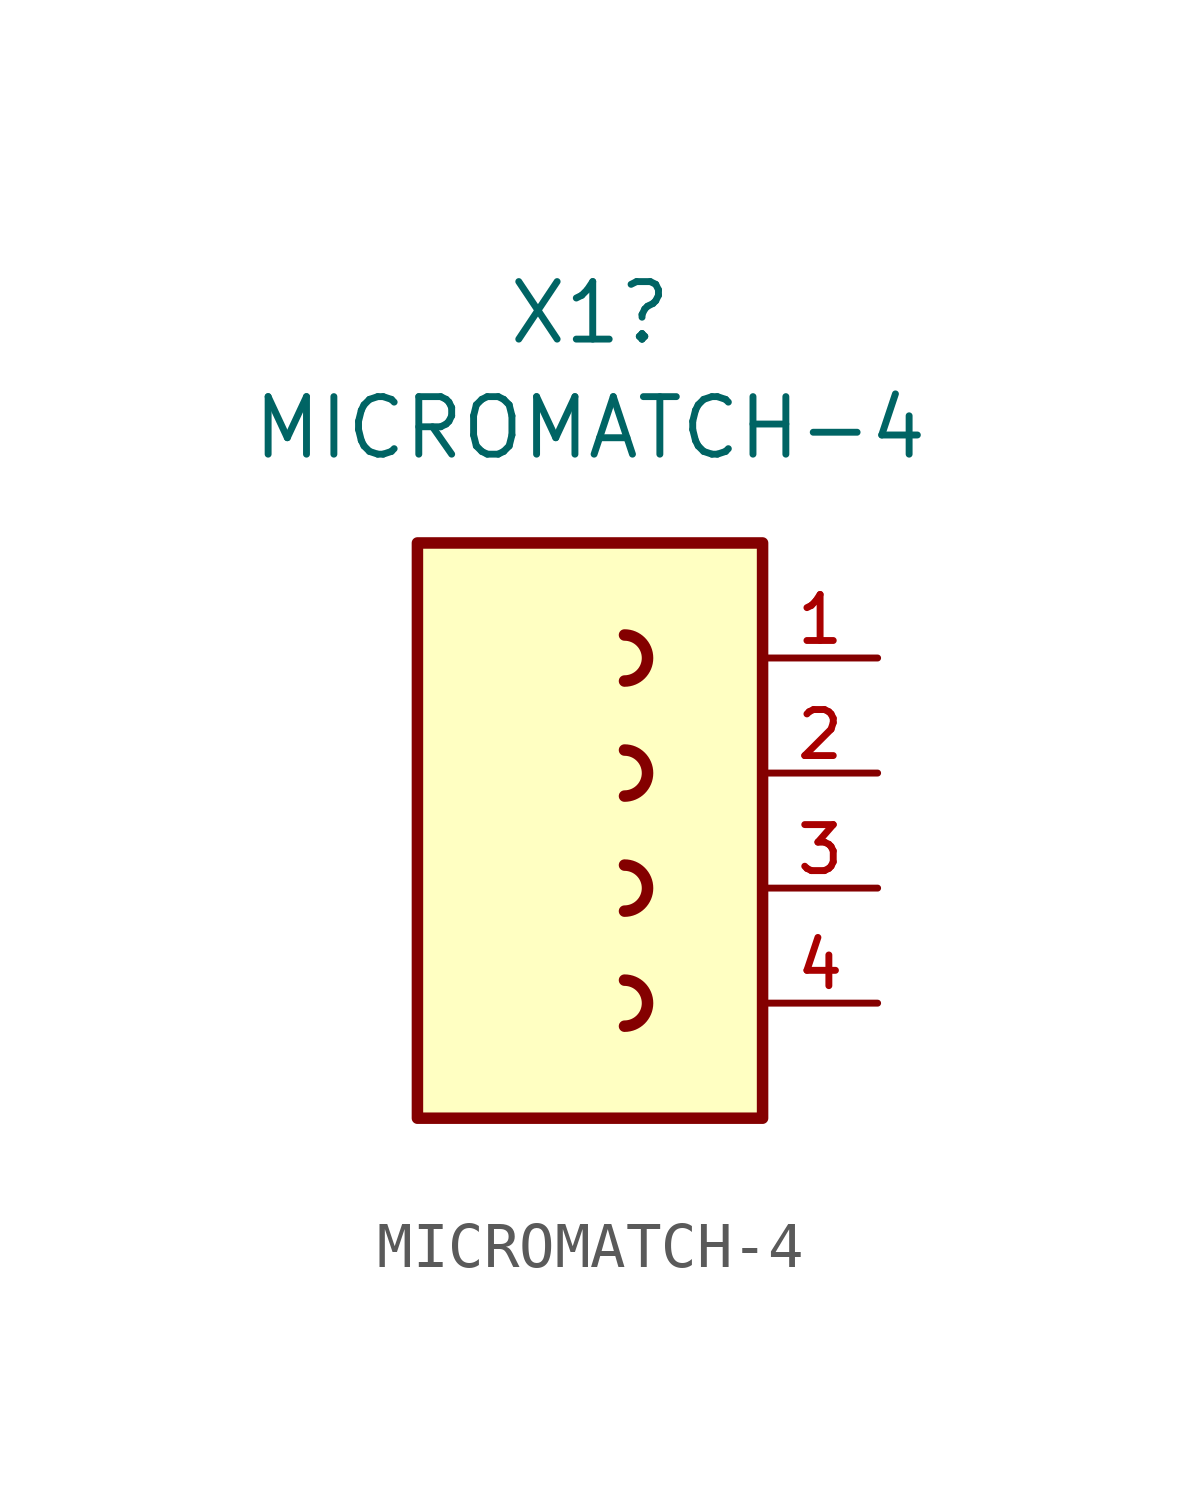
<source format=kicad_sym>
(kicad_symbol_lib
  (version 20220914)
  (generator kicad_symbol_editor)
  (symbol "MICROMATCH-4"
    (pin_names
      (offset 1.016))
    (property "Reference" "X1"
      (at -1.27 7.62 0)
      (effects (font (size 1.27 1.27))))
    (property "Value" "MICROMATCH-4"
      (at -1.27 5.08 0)
      (effects (font (size 1.27 1.27))))
    (symbol "MICROMATCH-4_0_0"
      (rectangle (start -5.08 -10.16) (end 2.54 2.54) (stroke (width 0.254) (type default)) (fill (type background)))
      (arc (start -0.508 -8.128) (mid -0.0022 -7.62) (end -0.508 -7.112) (stroke (width 0.254) (type default)) (fill (type none)))
      (arc (start -0.508 -5.588) (mid -0.0022 -5.08) (end -0.508 -4.572) (stroke (width 0.254) (type default)) (fill (type none)))
      (arc (start -0.508 -3.048) (mid -0.0022 -2.54) (end -0.508 -2.032) (stroke (width 0.254) (type default)) (fill (type none)))
      (arc (start -0.508 -0.508) (mid -0.0022 0) (end -0.508 0.508) (stroke (width 0.254) (type default)) (fill (type none)))
      (pin bidirectional line (at 5.08 -2.54 180) (length 2.54) (name "~" (effects (font (size 1.016 1.016)))) (number "2" (effects (font (size 1.016 1.016)))))
      (pin bidirectional line (at 5.08 -5.08 180) (length 2.54) (name "~" (effects (font (size 1.016 1.016)))) (number "3" (effects (font (size 1.016 1.016))))))
    (symbol "MICROMATCH-4_1_0"
      (pin unspecified line (at 5.08 0 180) (length 2.54) (name "~" (effects (font (size 1.016 1.016)))) (number "1" (effects (font (size 1.016 1.016)))))
      (pin unspecified line (at 5.08 -7.62 180) (length 2.54) (name "~" (effects (font (size 1.016 1.016)))) (number "4" (effects (font (size 1.016 1.016))))))))
</source>
